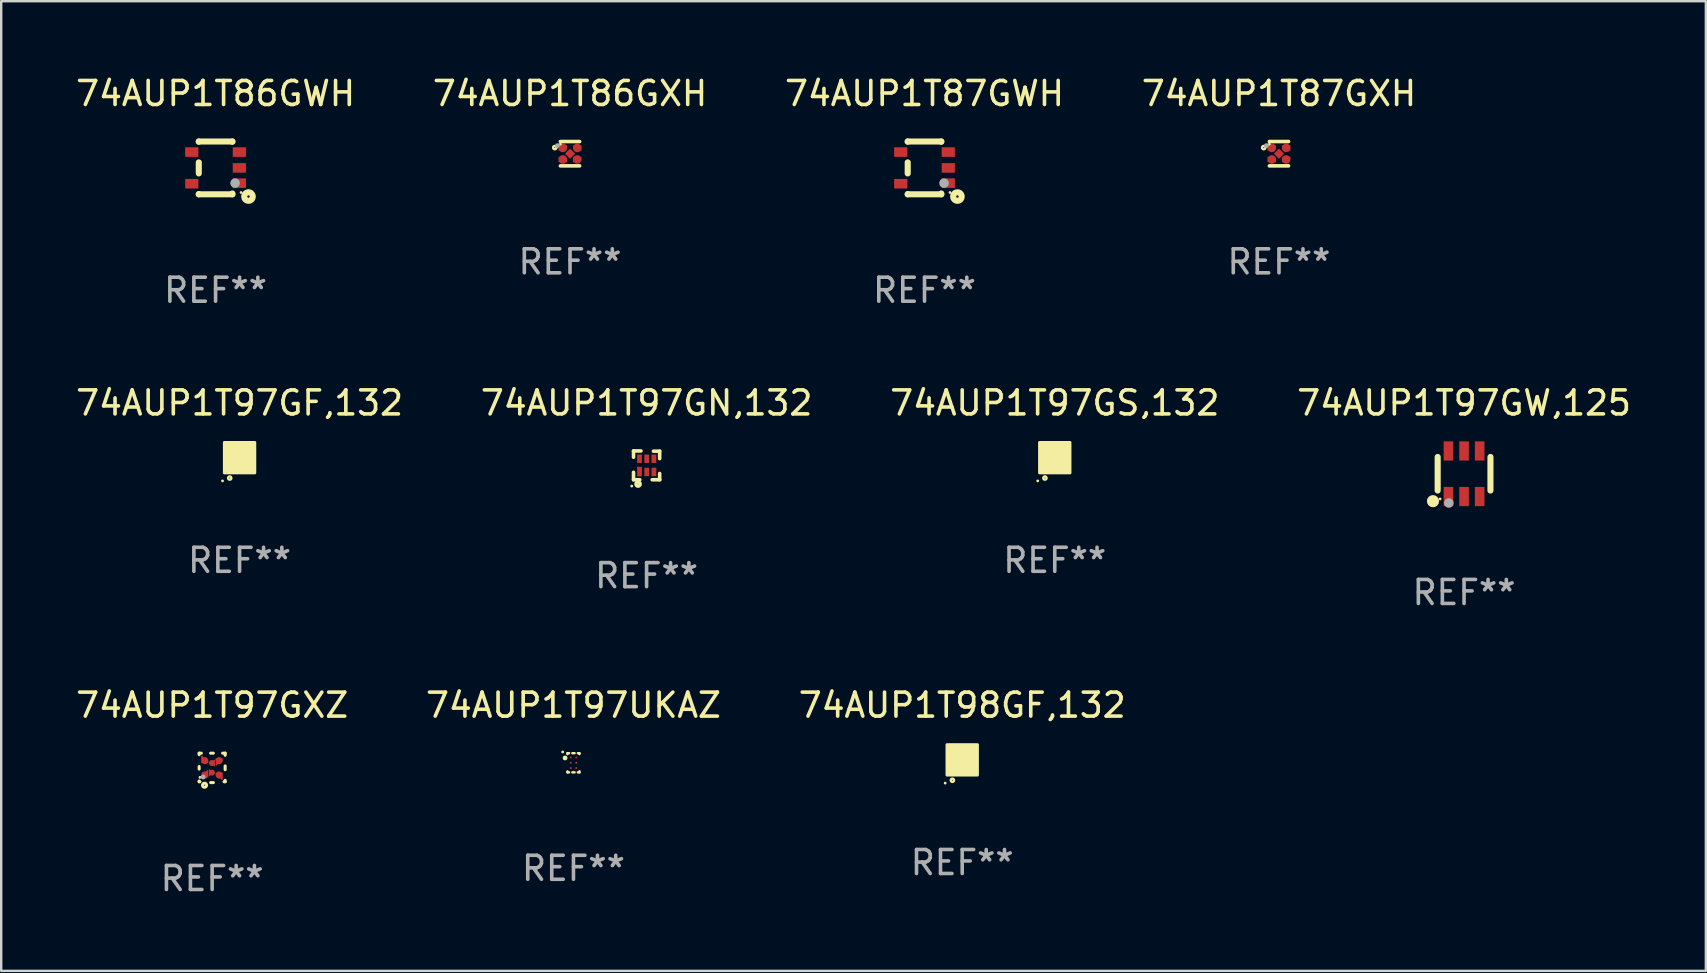
<source format=kicad_pcb>
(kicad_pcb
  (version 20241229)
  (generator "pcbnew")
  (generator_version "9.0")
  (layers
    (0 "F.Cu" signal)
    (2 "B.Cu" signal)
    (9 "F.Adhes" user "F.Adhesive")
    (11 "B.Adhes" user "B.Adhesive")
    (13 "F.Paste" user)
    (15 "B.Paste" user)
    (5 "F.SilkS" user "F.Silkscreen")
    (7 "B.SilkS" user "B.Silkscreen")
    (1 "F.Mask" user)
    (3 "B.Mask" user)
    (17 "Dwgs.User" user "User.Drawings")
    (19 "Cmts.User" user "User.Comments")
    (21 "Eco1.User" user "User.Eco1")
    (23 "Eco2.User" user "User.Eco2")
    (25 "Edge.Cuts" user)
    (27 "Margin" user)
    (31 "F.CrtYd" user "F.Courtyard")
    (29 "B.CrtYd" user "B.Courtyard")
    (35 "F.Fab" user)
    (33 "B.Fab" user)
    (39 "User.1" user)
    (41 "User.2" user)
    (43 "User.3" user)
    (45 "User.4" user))
  (footprint "74AUP1T97GN,132"
    (layer "F.Cu")
    (at 23.899 16.345)
    (property "Reference" "74AUP1T97GN,132" (at 0 -2.6 0) (layer "F.SilkS") (effects (font (size 1 1) (thickness 0.15))))
    (attr through_hole)
    (fp_line (start -0.545 -0.6) (end -0.235 -0.6) (stroke (width 0.15) (type solid)) (layer "F.SilkS"))
    (fp_line (start -0.545 -0.34) (end -0.545 -0.6) (stroke (width 0.15) (type solid)) (layer "F.SilkS"))
    (fp_line (start -0.545 0.6) (end -0.545 0.29) (stroke (width 0.15) (type solid)) (layer "F.SilkS"))
    (fp_line (start -0.285 0.6) (end -0.545 0.6) (stroke (width 0.15) (type solid)) (layer "F.SilkS"))
    (fp_line (start 0.285 -0.59) (end 0.545 -0.59) (stroke (width 0.15) (type solid)) (layer "F.SilkS"))
    (fp_line (start 0.545 -0.59) (end 0.545 -0.28) (stroke (width 0.15) (type solid)) (layer "F.SilkS"))
    (fp_line (start 0.545 0.34) (end 0.545 0.6) (stroke (width 0.15) (type solid)) (layer "F.SilkS"))
    (fp_line (start 0.545 0.6) (end 0.235 0.6) (stroke (width 0.15) (type solid)) (layer "F.SilkS"))
    (fp_circle (center -0.62 0.865) (end -0.59 0.865) (stroke (width 0.06) (type solid)) (fill no) (layer "F.SilkS"))
    (fp_circle (center -0.355 0.78) (end -0.345 0.78) (stroke (width 0.15) (type solid)) (fill no) (layer "F.SilkS"))
    (fp_text user "REF**" (at 0 4.6 0) (layer "F.Fab") (effects (font (size 1 1) (thickness 0.15))))
    (pad "1" smd rect (at -0.295 0.26) (size 0.2 0.4) (layers "F.Cu" "F.Mask" "F.Paste"))
    (pad "2" smd rect (at 0.005 0.275) (size 0.2 0.35) (layers "F.Cu" "F.Mask" "F.Paste"))
    (pad "3" smd rect (at 0.305 0.275) (size 0.2 0.35) (layers "F.Cu" "F.Mask" "F.Paste"))
    (pad "4" smd rect (at 0.305 -0.275) (size 0.2 0.35) (layers "F.Cu" "F.Mask" "F.Paste"))
    (pad "5" smd rect (at 0.005 -0.275) (size 0.2 0.35) (layers "F.Cu" "F.Mask" "F.Paste"))
    (pad "6" smd rect (at -0.295 -0.275) (size 0.2 0.35) (layers "F.Cu" "F.Mask" "F.Paste")))
  (footprint "74AUP1T98GF,132"
    (layer "F.Cu")
    (at 37.054 28.621)
    (property "Reference" "74AUP1T98GF,132" (at 0 -2.28 0) (layer "F.SilkS") (effects (font (size 1 1) (thickness 0.15))))
    (attr through_hole)
    (fp_circle (center -0.71 0.968) (end -0.68 0.968) (stroke (width 0.06) (type solid)) (fill no) (layer "F.SilkS"))
    (fp_circle (center -0.41 0.85) (end -0.342 0.85) (stroke (width 0.1) (type solid)) (fill no) (layer "F.SilkS"))
    (fp_poly (pts (xy -0.635 -0.635) (xy 0.635 -0.635) (xy 0.635 0.635) (xy -0.635 0.635)) (stroke (width 0.12) (type solid)) (fill yes) (layer "F.SilkS"))
    (fp_text user "REF**" (at 0 4.28 0) (layer "F.Fab") (effects (font (size 1 1) (thickness 0.15))))
    (pad "1" smd rect (at -0.35 0.28 90) (size 0.35 0.2) (layers "F.Cu" "F.Mask" "F.Paste"))
    (pad "2" smd rect (at 0 0.28 90) (size 0.35 0.2) (layers "F.Cu" "F.Mask" "F.Paste"))
    (pad "3" smd rect (at 0.35 0.28 90) (size 0.35 0.2) (layers "F.Cu" "F.Mask" "F.Paste"))
    (pad "4" smd rect (at 0.35 -0.28 90) (size 0.35 0.2) (layers "F.Cu" "F.Mask" "F.Paste"))
    (pad "5" smd rect (at 0 -0.28 90) (size 0.35 0.2) (layers "F.Cu" "F.Mask" "F.Paste"))
    (pad "6" smd rect (at -0.35 -0.28 90) (size 0.35 0.2) (layers "F.Cu" "F.Mask" "F.Paste")))
  (footprint "74AUP1T97GXZ"
    (layer "F.Cu")
    (at 5.792 28.954)
    (property "Reference" "74AUP1T97GXZ" (at 0 -2.613 0) (layer "F.SilkS") (effects (font (size 1 1) (thickness 0.15))))
    (attr through_hole)
    (fp_line (start -0.542 -0.613) (end -0.451 -0.613) (stroke (width 0.127) (type solid)) (layer "F.SilkS"))
    (fp_line (start -0.542 -0.55) (end -0.542 -0.613) (stroke (width 0.127) (type solid)) (layer "F.SilkS"))
    (fp_line (start -0.542 0.05) (end -0.542 -0.055) (stroke (width 0.127) (type solid)) (layer "F.SilkS"))
    (fp_line (start -0.542 0.577) (end -0.542 0.545) (stroke (width 0.127) (type solid)) (layer "F.SilkS"))
    (fp_line (start -0.512 0.577) (end -0.542 0.577) (stroke (width 0.127) (type solid)) (layer "F.SilkS"))
    (fp_line (start -0.064 -0.613) (end 0.049 -0.613) (stroke (width 0.127) (type solid)) (layer "F.SilkS"))
    (fp_line (start -0.062 0.613) (end 0.051 0.613) (stroke (width 0.127) (type solid)) (layer "F.SilkS"))
    (fp_line (start 0.436 -0.613) (end 0.542 -0.613) (stroke (width 0.127) (type solid)) (layer "F.SilkS"))
    (fp_line (start 0.542 -0.613) (end 0.542 -0.524) (stroke (width 0.127) (type solid)) (layer "F.SilkS"))
    (fp_line (start 0.542 -0.081) (end 0.542 0.076) (stroke (width 0.127) (type solid)) (layer "F.SilkS"))
    (fp_line (start 0.542 0.519) (end 0.542 0.577) (stroke (width 0.127) (type solid)) (layer "F.SilkS"))
    (fp_line (start 0.542 0.577) (end 0.497 0.577) (stroke (width 0.127) (type solid)) (layer "F.SilkS"))
    (fp_circle (center -0.508 0.397) (end -0.478 0.397) (stroke (width 0.06) (type solid)) (fill no) (layer "F.SilkS"))
    (fp_circle (center -0.317 0.723) (end -0.296 0.723) (stroke (width 0.127) (type solid)) (fill no) (layer "F.SilkS"))
    (fp_circle (center -0.373 0.382) (end -0.322 0.382) (stroke (width 0.1) (type solid)) (fill no) (layer "F.Fab"))
    (fp_text user "REF**" (at 0 4.613 0) (layer "F.Fab") (effects (font (size 1 1) (thickness 0.15))))
    (pad "1" smd custom (at -0.308 0.298 90) (size 0.3 0.3) (layers "F.Cu" "F.Mask" "F.Paste") (options (anchor circle)) (primitives (gr_poly (pts (xy -0.1 0.15) (xy 0.2 0.15) (xy 0.2 0.1) (xy -0.05 -0.15) (xy -0.1 -0.15)) (width 0) (fill yes))))
    (pad "2" smd custom (at -0.008 0.197 90) (size 0.25 0.3) (layers "F.Cu" "F.Mask" "F.Paste") (options (anchor circle)) (primitives (gr_poly (pts (xy -0.15 -0.125) (xy 0.15 -0.125) (xy 0.000076 0.125)) (width 0) (fill yes))))
    (pad "3" smd custom (at 0.292 0.298 90) (size 0.3 0.3) (layers "F.Cu" "F.Mask" "F.Paste") (options (anchor circle)) (primitives (gr_poly (pts (xy 0.1 0.15) (xy 0.1 -0.15) (xy 0.05 -0.15) (xy -0.2 0.1) (xy -0.2 0.15)) (width 0) (fill yes))))
    (pad "4" smd custom (at 0.292 -0.302 90) (size 0.3 0.3) (layers "F.Cu" "F.Mask" "F.Paste") (options (anchor circle)) (primitives (gr_poly (pts (xy 0.1 -0.15) (xy -0.2 -0.15) (xy -0.2 -0.1) (xy 0.05 0.15) (xy 0.1 0.15)) (width 0) (fill yes))))
    (pad "5" smd custom (at -0.008 -0.202 90) (size 0.25 0.3) (layers "F.Cu" "F.Mask" "F.Paste") (options (anchor circle)) (primitives (gr_poly (pts (xy -0.15 0.125) (xy 0.15 0.125) (xy 0.000051 -0.125)) (width 0) (fill yes))))
    (pad "6" smd custom (at -0.308 -0.302 90) (size 0.3 0.3) (layers "F.Cu" "F.Mask" "F.Paste") (options (anchor circle)) (primitives (gr_poly (pts (xy -0.1 -0.15) (xy 0.2 -0.15) (xy 0.2 -0.1) (xy -0.05 0.15) (xy -0.1 0.15)) (width 0) (fill yes)))))
  (footprint "74AUP1T86GXH"
    (layer "F.Cu")
    (at 20.708 3.356)
    (property "Reference" "74AUP1T86GXH" (at 0 -2.508 0) (layer "F.SilkS") (effects (font (size 1 1) (thickness 0.15))))
    (attr through_hole)
    (fp_line (start 0.4 -0.508) (end -0.4 -0.508) (stroke (width 0.15) (type solid)) (layer "F.SilkS"))
    (fp_line (start 0.4 0.508) (end -0.4 0.508) (stroke (width 0.15) (type solid)) (layer "F.SilkS"))
    (fp_circle (center -0.635 -0.254) (end -0.615 -0.254) (stroke (width 0.1) (type solid)) (fill no) (layer "F.SilkS"))
    (fp_circle (center -0.401 -0.4) (end -0.371 -0.4) (stroke (width 0.06) (type solid)) (fill no) (layer "F.SilkS"))
    (fp_circle (center -0.523 -0.337) (end -0.473 -0.337) (stroke (width 0.1) (type solid)) (fill no) (layer "F.Fab"))
    (fp_text user "REF**" (at 0 4.508 0) (layer "F.Fab") (effects (font (size 1 1) (thickness 0.15))))
    (pad "1" smd custom (at -0.3 -0.24) (size 0.36 0.22) (layers "F.Cu" "F.Mask" "F.Paste") (options (anchor circle)) (primitives (gr_poly (pts (xy -0.18 -0.11) (xy -0.18 0.11) (xy 0.000127 0.11) (xy 0.18 -0.03) (xy 0.18 -0.11) (xy -0.18 -0.11)) (width 0) (fill yes))))
    (pad "2" smd custom (at -0.3 0.24) (size 0.36 0.22) (layers "F.Cu" "F.Mask" "F.Paste") (options (anchor circle)) (primitives (gr_poly (pts (xy -0.18 0.11) (xy -0.18 -0.11) (xy 0.000127 -0.11) (xy 0.18 0.03) (xy 0.18 0.11) (xy -0.18 0.11)) (width 0) (fill yes))))
    (pad "3" smd rect (at 0.000102 -0.000127 45) (size 0.3 0.3) (layers "F.Cu" "F.Mask" "F.Paste"))
    (pad "4" smd custom (at 0.3 0.24 180) (size 0.36 0.22) (layers "F.Cu" "F.Mask" "F.Paste") (options (anchor circle)) (primitives (gr_poly (pts (xy 0.18 0.11) (xy 0.18 -0.11) (xy -0.000178 -0.11) (xy -0.18 0.03) (xy -0.18 0.11) (xy 0.18 0.11)) (width 0) (fill yes))))
    (pad "5" smd custom (at 0.3 -0.24) (size 0.36 0.22) (layers "F.Cu" "F.Mask" "F.Paste") (options (anchor circle)) (primitives (gr_poly (pts (xy 0.18 -0.11) (xy 0.18 0.11) (xy -0.000152 0.11) (xy -0.18 -0.03) (xy -0.18 -0.11) (xy 0.18 -0.11)) (width 0) (fill yes)))))
  (footprint "74AUP1T97GW,125"
    (layer "F.Cu")
    (at 57.97 16.695)
    (property "Reference" "74AUP1T97GW,125" (at 0 -2.95 0) (layer "F.SilkS") (effects (font (size 1 1) (thickness 0.15))))
    (attr through_hole)
    (fp_line (start -1.1 -0.7) (end -1.1 0.7) (stroke (width 0.254) (type solid)) (layer "F.SilkS"))
    (fp_line (start 1.1 -0.7) (end 1.1 0.7) (stroke (width 0.254) (type solid)) (layer "F.SilkS"))
    (fp_circle (center -1.295 1.143) (end -1.168 1.143) (stroke (width 0.254) (type solid)) (fill no) (layer "F.SilkS"))
    (fp_circle (center -1 1.05) (end -0.97 1.05) (stroke (width 0.06) (type solid)) (fill no) (layer "F.SilkS"))
    (fp_circle (center -0.635 1.219) (end -0.535 1.219) (stroke (width 0.2) (type solid)) (fill no) (layer "F.Fab"))
    (fp_text user "REF**" (at 0 4.95 0) (layer "F.Fab") (effects (font (size 1 1) (thickness 0.15))))
    (pad "1" smd rect (at -0.65 0.95) (size 0.4 0.8) (layers "F.Cu" "F.Mask" "F.Paste"))
    (pad "2" smd rect (at 0 0.95) (size 0.4 0.8) (layers "F.Cu" "F.Mask" "F.Paste"))
    (pad "3" smd rect (at 0.65 0.95) (size 0.4 0.8) (layers "F.Cu" "F.Mask" "F.Paste"))
    (pad "4" smd rect (at 0.65 -0.95) (size 0.4 0.8) (layers "F.Cu" "F.Mask" "F.Paste"))
    (pad "5" smd rect (at 0 -0.95) (size 0.4 0.8) (layers "F.Cu" "F.Mask" "F.Paste"))
    (pad "6" smd rect (at -0.65 -0.95) (size 0.4 0.8) (layers "F.Cu" "F.Mask" "F.Paste")))
  (footprint "74AUP1T87GWH"
    (layer "F.Cu")
    (at 35.482 3.948)
    (property "Reference" "74AUP1T87GWH" (at 0 -3.1 0) (layer "F.SilkS") (effects (font (size 1 1) (thickness 0.15))))
    (attr through_hole)
    (fp_line (start -0.7 -1.1) (end 0.7 -1.1) (stroke (width 0.254) (type solid)) (layer "F.SilkS"))
    (fp_line (start -0.7 -1.09) (end -0.7 -1.1) (stroke (width 0.254) (type solid)) (layer "F.SilkS"))
    (fp_line (start -0.7 0.23) (end -0.7 -0.23) (stroke (width 0.254) (type solid)) (layer "F.SilkS"))
    (fp_line (start -0.7 1.1) (end -0.7 1.09) (stroke (width 0.254) (type solid)) (layer "F.SilkS"))
    (fp_line (start -0.7 1.1) (end 0.7 1.1) (stroke (width 0.254) (type solid)) (layer "F.SilkS"))
    (fp_line (start 0.7 -1.09) (end 0.7 -1.1) (stroke (width 0.254) (type solid)) (layer "F.SilkS"))
    (fp_line (start 0.7 1.1) (end 0.7 1.065) (stroke (width 0.254) (type solid)) (layer "F.SilkS"))
    (fp_circle (center 1.062 1.025) (end 1.092 1.025) (stroke (width 0.06) (type solid)) (fill no) (layer "F.SilkS"))
    (fp_circle (center 1.372 1.194) (end 1.422 1.194) (stroke (width 0.254) (type solid)) (fill no) (layer "F.SilkS"))
    (fp_circle (center 0.813 0.635) (end 0.913 0.635) (stroke (width 0.2) (type solid)) (fill no) (layer "F.Fab"))
    (fp_text user "REF**" (at 0 5.1 0) (layer "F.Fab") (effects (font (size 1 1) (thickness 0.15))))
    (pad "1" smd rect (at 0.991 0.635 270) (size 0.399 0.551) (layers "F.Cu" "F.Mask" "F.Paste"))
    (pad "2" smd rect (at 0.991 0.000051 270) (size 0.399 0.551) (layers "F.Cu" "F.Mask" "F.Paste"))
    (pad "3" smd rect (at 0.991 -0.66 270) (size 0.399 0.551) (layers "F.Cu" "F.Mask" "F.Paste"))
    (pad "4" smd rect (at -0.991 -0.66 270) (size 0.399 0.551) (layers "F.Cu" "F.Mask" "F.Paste"))
    (pad "5" smd rect (at -0.991 0.66 270) (size 0.399 0.551) (layers "F.Cu" "F.Mask" "F.Paste")))
  (footprint "74AUP1T97GF,132"
    (layer "F.Cu")
    (at 6.935 16.025)
    (property "Reference" "74AUP1T97GF,132" (at 0 -2.28 0) (layer "F.SilkS") (effects (font (size 1 1) (thickness 0.15))))
    (attr through_hole)
    (fp_circle (center -0.71 0.968) (end -0.68 0.968) (stroke (width 0.06) (type solid)) (fill no) (layer "F.SilkS"))
    (fp_circle (center -0.41 0.85) (end -0.342 0.85) (stroke (width 0.1) (type solid)) (fill no) (layer "F.SilkS"))
    (fp_poly (pts (xy -0.635 -0.635) (xy 0.635 -0.635) (xy 0.635 0.635) (xy -0.635 0.635)) (stroke (width 0.12) (type solid)) (fill yes) (layer "F.SilkS"))
    (fp_text user "REF**" (at 0 4.28 0) (layer "F.Fab") (effects (font (size 1 1) (thickness 0.15))))
    (pad "1" smd rect (at -0.35 0.28 90) (size 0.35 0.2) (layers "F.Cu" "F.Mask" "F.Paste"))
    (pad "2" smd rect (at 0 0.28 90) (size 0.35 0.2) (layers "F.Cu" "F.Mask" "F.Paste"))
    (pad "3" smd rect (at 0.35 0.28 90) (size 0.35 0.2) (layers "F.Cu" "F.Mask" "F.Paste"))
    (pad "4" smd rect (at 0.35 -0.28 90) (size 0.35 0.2) (layers "F.Cu" "F.Mask" "F.Paste"))
    (pad "5" smd rect (at 0 -0.28 90) (size 0.35 0.2) (layers "F.Cu" "F.Mask" "F.Paste"))
    (pad "6" smd rect (at -0.35 -0.28 90) (size 0.35 0.2) (layers "F.Cu" "F.Mask" "F.Paste")))
  (footprint "74AUP1T87GXH"
    (layer "F.Cu")
    (at 50.256 3.356)
    (property "Reference" "74AUP1T87GXH" (at 0 -2.508 0) (layer "F.SilkS") (effects (font (size 1 1) (thickness 0.15))))
    (attr through_hole)
    (fp_line (start 0.4 -0.508) (end -0.4 -0.508) (stroke (width 0.15) (type solid)) (layer "F.SilkS"))
    (fp_line (start 0.4 0.508) (end -0.4 0.508) (stroke (width 0.15) (type solid)) (layer "F.SilkS"))
    (fp_circle (center -0.635 -0.254) (end -0.615 -0.254) (stroke (width 0.1) (type solid)) (fill no) (layer "F.SilkS"))
    (fp_circle (center -0.401 -0.4) (end -0.371 -0.4) (stroke (width 0.06) (type solid)) (fill no) (layer "F.SilkS"))
    (fp_circle (center -0.523 -0.337) (end -0.473 -0.337) (stroke (width 0.1) (type solid)) (fill no) (layer "F.Fab"))
    (fp_text user "REF**" (at 0 4.508 0) (layer "F.Fab") (effects (font (size 1 1) (thickness 0.15))))
    (pad "1" smd custom (at -0.3 -0.24) (size 0.36 0.22) (layers "F.Cu" "F.Mask" "F.Paste") (options (anchor circle)) (primitives (gr_poly (pts (xy -0.18 -0.11) (xy -0.18 0.11) (xy 0.000127 0.11) (xy 0.18 -0.03) (xy 0.18 -0.11) (xy -0.18 -0.11)) (width 0) (fill yes))))
    (pad "2" smd custom (at -0.3 0.24) (size 0.36 0.22) (layers "F.Cu" "F.Mask" "F.Paste") (options (anchor circle)) (primitives (gr_poly (pts (xy -0.18 0.11) (xy -0.18 -0.11) (xy 0.000127 -0.11) (xy 0.18 0.03) (xy 0.18 0.11) (xy -0.18 0.11)) (width 0) (fill yes))))
    (pad "3" smd rect (at 0.000102 -0.000127 45) (size 0.3 0.3) (layers "F.Cu" "F.Mask" "F.Paste"))
    (pad "4" smd custom (at 0.3 0.24 180) (size 0.36 0.22) (layers "F.Cu" "F.Mask" "F.Paste") (options (anchor circle)) (primitives (gr_poly (pts (xy 0.18 0.11) (xy 0.18 -0.11) (xy -0.000178 -0.11) (xy -0.18 0.03) (xy -0.18 0.11) (xy 0.18 0.11)) (width 0) (fill yes))))
    (pad "5" smd custom (at 0.3 -0.24) (size 0.36 0.22) (layers "F.Cu" "F.Mask" "F.Paste") (options (anchor circle)) (primitives (gr_poly (pts (xy 0.18 -0.11) (xy 0.18 0.11) (xy -0.000152 0.11) (xy -0.18 -0.03) (xy -0.18 -0.11) (xy 0.18 -0.11)) (width 0) (fill yes)))))
  (footprint "74AUP1T97UKAZ"
    (layer "F.Cu")
    (at 20.851 28.741)
    (property "Reference" "74AUP1T97UKAZ" (at 0 -2.4 0) (layer "F.SilkS") (effects (font (size 1 1) (thickness 0.15))))
    (attr through_hole)
    (fp_line (start -0.25 -0.4) (end -0.183 -0.4) (stroke (width 0.1) (type solid)) (layer "F.SilkS"))
    (fp_line (start -0.25 -0.359) (end -0.25 -0.4) (stroke (width 0.1) (type solid)) (layer "F.SilkS"))
    (fp_line (start -0.25 0.4) (end -0.25 0.359) (stroke (width 0.1) (type solid)) (layer "F.SilkS"))
    (fp_line (start -0.183 0.4) (end -0.25 0.4) (stroke (width 0.1) (type solid)) (layer "F.SilkS"))
    (fp_line (start -0.047 -0.4) (end 0.047 -0.4) (stroke (width 0.1) (type solid)) (layer "F.SilkS"))
    (fp_line (start 0.047 0.4) (end -0.047 0.4) (stroke (width 0.1) (type solid)) (layer "F.SilkS"))
    (fp_line (start 0.183 -0.4) (end 0.25 -0.4) (stroke (width 0.1) (type solid)) (layer "F.SilkS"))
    (fp_line (start 0.25 -0.4) (end 0.25 -0.358) (stroke (width 0.1) (type solid)) (layer "F.SilkS"))
    (fp_line (start 0.25 0.358) (end 0.25 0.4) (stroke (width 0.1) (type solid)) (layer "F.SilkS"))
    (fp_line (start 0.25 0.4) (end 0.183 0.4) (stroke (width 0.1) (type solid)) (layer "F.SilkS"))
    (fp_circle (center -0.45 -0.45) (end -0.42 -0.45) (stroke (width 0.06) (type solid)) (fill no) (layer "F.SilkS"))
    (fp_circle (center -0.35 -0.2) (end -0.3 -0.2) (stroke (width 0.1) (type solid)) (fill no) (layer "F.SilkS"))
    (fp_text user "REF**" (at 0 4.4 0) (layer "F.Fab") (effects (font (size 1 1) (thickness 0.15))))
    (pad "A1" smd circle (at -0.115 -0.22) (size 0.08 0.08) (layers "F.Cu" "F.Mask" "F.Paste"))
    (pad "A2" smd circle (at 0.115 -0.22) (size 0.08 0.08) (layers "F.Cu" "F.Mask" "F.Paste"))
    (pad "B1" smd circle (at -0.115 0) (size 0.08 0.08) (layers "F.Cu" "F.Mask" "F.Paste"))
    (pad "B2" smd circle (at 0.115 0) (size 0.08 0.08) (layers "F.Cu" "F.Mask" "F.Paste"))
    (pad "C1" smd circle (at -0.115 0.22) (size 0.08 0.08) (layers "F.Cu" "F.Mask" "F.Paste"))
    (pad "C2" smd circle (at 0.115 0.22) (size 0.08 0.08) (layers "F.Cu" "F.Mask" "F.Paste")))
  (footprint "74AUP1T97GS,132"
    (layer "F.Cu")
    (at 40.911 16.025)
    (property "Reference" "74AUP1T97GS,132" (at 0 -2.28 0) (layer "F.SilkS") (effects (font (size 1 1) (thickness 0.15))))
    (attr through_hole)
    (fp_circle (center -0.71 0.968) (end -0.68 0.968) (stroke (width 0.06) (type solid)) (fill no) (layer "F.SilkS"))
    (fp_circle (center -0.41 0.85) (end -0.342 0.85) (stroke (width 0.1) (type solid)) (fill no) (layer "F.SilkS"))
    (fp_poly (pts (xy -0.635 -0.635) (xy 0.635 -0.635) (xy 0.635 0.635) (xy -0.635 0.635)) (stroke (width 0.12) (type solid)) (fill yes) (layer "F.SilkS"))
    (fp_text user "REF**" (at 0 4.28 0) (layer "F.Fab") (effects (font (size 1 1) (thickness 0.15))))
    (pad "1" smd rect (at -0.35 0.28 90) (size 0.35 0.2) (layers "F.Cu" "F.Mask" "F.Paste"))
    (pad "2" smd rect (at 0 0.28 90) (size 0.35 0.2) (layers "F.Cu" "F.Mask" "F.Paste"))
    (pad "3" smd rect (at 0.35 0.28 90) (size 0.35 0.2) (layers "F.Cu" "F.Mask" "F.Paste"))
    (pad "4" smd rect (at 0.35 -0.28 90) (size 0.35 0.2) (layers "F.Cu" "F.Mask" "F.Paste"))
    (pad "5" smd rect (at 0 -0.28 90) (size 0.35 0.2) (layers "F.Cu" "F.Mask" "F.Paste"))
    (pad "6" smd rect (at -0.35 -0.28 90) (size 0.35 0.2) (layers "F.Cu" "F.Mask" "F.Paste")))
  (footprint "74AUP1T86GWH"
    (layer "F.Cu")
    (at 5.935 3.948)
    (property "Reference" "74AUP1T86GWH" (at 0 -3.1 0) (layer "F.SilkS") (effects (font (size 1 1) (thickness 0.15))))
    (attr through_hole)
    (fp_line (start -0.7 -1.1) (end 0.7 -1.1) (stroke (width 0.254) (type solid)) (layer "F.SilkS"))
    (fp_line (start -0.7 -1.09) (end -0.7 -1.1) (stroke (width 0.254) (type solid)) (layer "F.SilkS"))
    (fp_line (start -0.7 0.23) (end -0.7 -0.23) (stroke (width 0.254) (type solid)) (layer "F.SilkS"))
    (fp_line (start -0.7 1.1) (end -0.7 1.09) (stroke (width 0.254) (type solid)) (layer "F.SilkS"))
    (fp_line (start -0.7 1.1) (end 0.7 1.1) (stroke (width 0.254) (type solid)) (layer "F.SilkS"))
    (fp_line (start 0.7 -1.09) (end 0.7 -1.1) (stroke (width 0.254) (type solid)) (layer "F.SilkS"))
    (fp_line (start 0.7 1.1) (end 0.7 1.065) (stroke (width 0.254) (type solid)) (layer "F.SilkS"))
    (fp_circle (center 1.062 1.025) (end 1.092 1.025) (stroke (width 0.06) (type solid)) (fill no) (layer "F.SilkS"))
    (fp_circle (center 1.372 1.194) (end 1.422 1.194) (stroke (width 0.254) (type solid)) (fill no) (layer "F.SilkS"))
    (fp_circle (center 0.813 0.635) (end 0.913 0.635) (stroke (width 0.2) (type solid)) (fill no) (layer "F.Fab"))
    (fp_text user "REF**" (at 0 5.1 0) (layer "F.Fab") (effects (font (size 1 1) (thickness 0.15))))
    (pad "1" smd rect (at 0.991 0.635 270) (size 0.399 0.551) (layers "F.Cu" "F.Mask" "F.Paste"))
    (pad "2" smd rect (at 0.991 0.000051 270) (size 0.399 0.551) (layers "F.Cu" "F.Mask" "F.Paste"))
    (pad "3" smd rect (at 0.991 -0.66 270) (size 0.399 0.551) (layers "F.Cu" "F.Mask" "F.Paste"))
    (pad "4" smd rect (at -0.991 -0.66 270) (size 0.399 0.551) (layers "F.Cu" "F.Mask" "F.Paste"))
    (pad "5" smd rect (at -0.991 0.66 270) (size 0.399 0.551) (layers "F.Cu" "F.Mask" "F.Paste")))
  (gr_rect
    (start -3 -3)
    (end 68.048 37.414)
    (stroke (width 0.1) (type default))
    (fill no)
    (layer "Edge.Cuts")))
</source>
